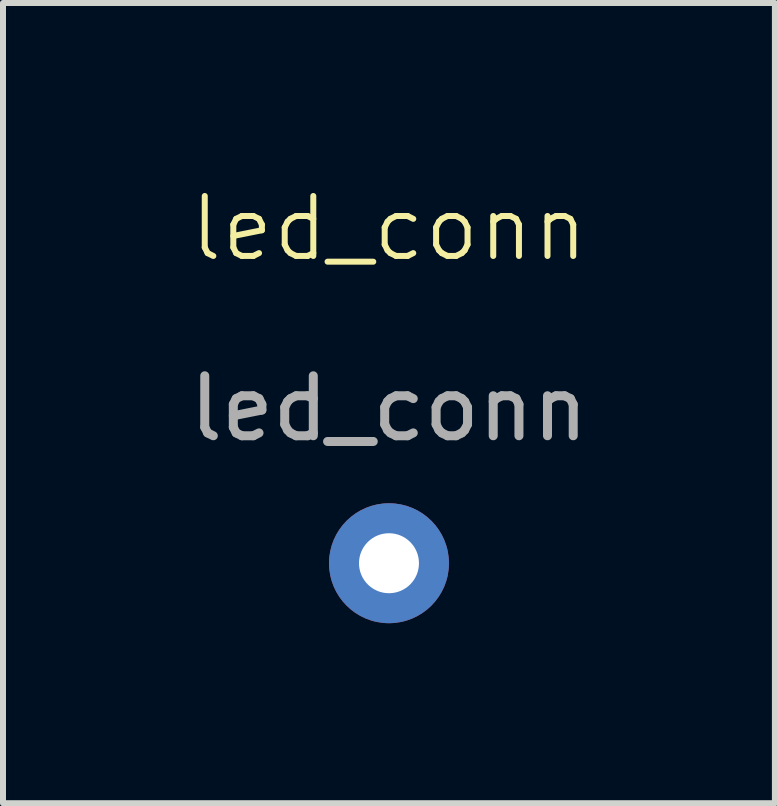
<source format=kicad_pcb>
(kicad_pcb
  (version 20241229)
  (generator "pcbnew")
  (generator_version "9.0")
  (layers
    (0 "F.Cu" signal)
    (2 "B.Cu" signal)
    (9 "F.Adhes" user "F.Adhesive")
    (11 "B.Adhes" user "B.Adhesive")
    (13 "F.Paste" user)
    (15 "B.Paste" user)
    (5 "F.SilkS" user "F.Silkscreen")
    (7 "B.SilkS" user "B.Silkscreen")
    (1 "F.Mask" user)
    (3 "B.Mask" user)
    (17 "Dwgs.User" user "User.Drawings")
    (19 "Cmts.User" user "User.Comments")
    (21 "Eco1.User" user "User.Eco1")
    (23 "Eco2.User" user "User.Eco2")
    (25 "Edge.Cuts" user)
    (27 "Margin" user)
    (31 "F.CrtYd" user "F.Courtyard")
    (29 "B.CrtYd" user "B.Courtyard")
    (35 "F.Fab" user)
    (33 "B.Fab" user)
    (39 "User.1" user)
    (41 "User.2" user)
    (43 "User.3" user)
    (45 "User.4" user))
  (footprint "led_conn"
    (layer "F.Cu")
    (at 3.435 1.26)
    (property "Reference" "led_conn" (at 0 -0.5 0) (unlocked yes) (layer "F.SilkS") (effects (font (size 1 1) (thickness 0.1))))
    (attr through_hole)
    (fp_text user "${REFERENCE}" (at 0 2.5 0) (unlocked yes) (layer "F.Fab") (effects (font (size 1 1) (thickness 0.15))))
    (pad "1" thru_hole circle (at 0 5.08) (size 2 2) (drill 1) (layers "*.Cu" "*.Mask")))
  (gr_rect
    (start -3 -3)
    (end 9.869 10.341)
    (stroke (width 0.1) (type default))
    (fill no)
    (layer "Edge.Cuts")))
</source>
